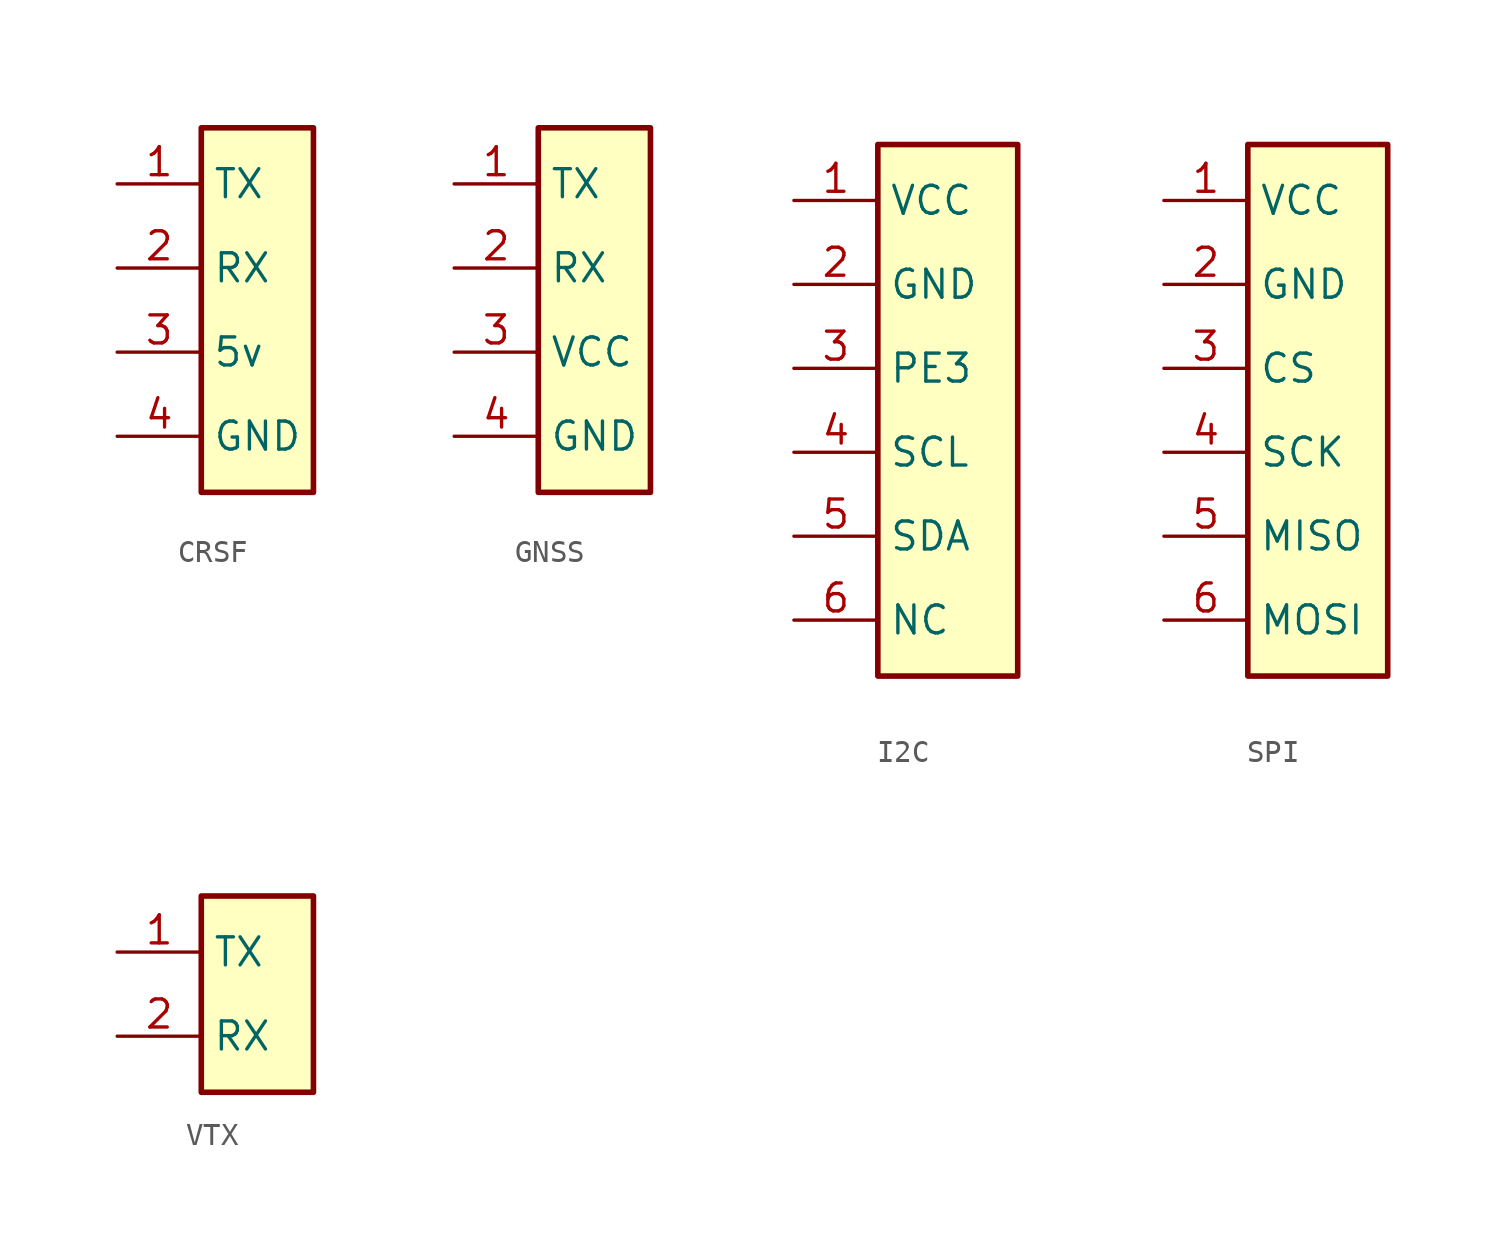
<source format=kicad_sym>
(kicad_symbol_lib
  (version 20241209)
  (generator "kicad_symbol_editor")
  (generator_version "9.0")
  (symbol "CRSF"
    (property "Reference" "U"
      (at 0 0 0)
      (effects (font (size 1.27 1.27)) (hide yes)))
    (property "Value" ""
      (at 0 0 0)
      (effects (font (size 1.27 1.27))))
    (symbol "CRSF_0_1"
      (rectangle (start -2.54 8.89) (end 2.54 -7.62) (stroke (width 0.254) (type default)) (fill (type background))))
    (symbol "CRSF_1_1"
      (pin output line (at -6.35 6.35 0) (length 3.81) (name "TX" (effects (font (size 1.27 1.27)))) (number "1" (effects (font (size 1.27 1.27)))))
      (pin input line (at -6.35 2.54 0) (length 3.81) (name "RX" (effects (font (size 1.27 1.27)))) (number "2" (effects (font (size 1.27 1.27)))))
      (pin input line (at -6.35 -1.27 0) (length 3.81) (name "5v" (effects (font (size 1.27 1.27)))) (number "3" (effects (font (size 1.27 1.27)))))
      (pin input line (at -6.35 -5.08 0) (length 3.81) (name "GND" (effects (font (size 1.27 1.27)))) (number "4" (effects (font (size 1.27 1.27)))))))
  (symbol "GNSS"
    (property "Reference" "U"
      (at 0 0 0)
      (effects (font (size 1.27 1.27)) (hide yes)))
    (property "Value" ""
      (at 0 0 0)
      (effects (font (size 1.27 1.27))))
    (symbol "GNSS_0_1"
      (rectangle (start -2.54 7.62) (end 2.54 -8.89) (stroke (width 0.254) (type default)) (fill (type background))))
    (symbol "GNSS_1_1"
      (pin input line (at -6.35 5.08 0) (length 3.81) (name "TX" (effects (font (size 1.27 1.27)))) (number "1" (effects (font (size 1.27 1.27)))))
      (pin output line (at -6.35 1.27 0) (length 3.81) (name "RX" (effects (font (size 1.27 1.27)))) (number "2" (effects (font (size 1.27 1.27)))))
      (pin input line (at -6.35 -2.54 0) (length 3.81) (name "VCC" (effects (font (size 1.27 1.27)))) (number "3" (effects (font (size 1.27 1.27)))))
      (pin input line (at -6.35 -6.35 0) (length 3.81) (name "GND" (effects (font (size 1.27 1.27)))) (number "4" (effects (font (size 1.27 1.27)))))))
  (symbol "I2C"
    (property "Reference" "U"
      (at 0 0 0)
      (effects (font (size 1.27 1.27)) (hide yes)))
    (property "Value" ""
      (at 0 0 0)
      (effects (font (size 1.27 1.27))))
    (symbol "I2C_0_1"
      (rectangle (start -2.54 11.43) (end 3.81 -12.7) (stroke (width 0.254) (type default)) (fill (type background))))
    (symbol "I2C_1_1"
      (pin input line (at -6.35 8.89 0) (length 3.81) (name "VCC" (effects (font (size 1.27 1.27)))) (number "1" (effects (font (size 1.27 1.27)))))
      (pin input line (at -6.35 5.08 0) (length 3.81) (name "GND" (effects (font (size 1.27 1.27)))) (number "2" (effects (font (size 1.27 1.27)))))
      (pin input line (at -6.35 1.27 0) (length 3.81) (name "PE3" (effects (font (size 1.27 1.27)))) (number "3" (effects (font (size 1.27 1.27)))))
      (pin bidirectional line (at -6.35 -2.54 0) (length 3.81) (name "SCL" (effects (font (size 1.27 1.27)))) (number "4" (effects (font (size 1.27 1.27)))))
      (pin bidirectional line (at -6.35 -6.35 0) (length 3.81) (name "SDA" (effects (font (size 1.27 1.27)))) (number "5" (effects (font (size 1.27 1.27)))))
      (pin input line (at -6.35 -10.16 0) (length 3.81) (name "NC" (effects (font (size 1.27 1.27)))) (number "6" (effects (font (size 1.27 1.27)))))))
  (symbol "SPI"
    (property "Reference" "U"
      (at 0 0 0)
      (effects (font (size 1.27 1.27)) (hide yes)))
    (property "Value" ""
      (at 0 0 0)
      (effects (font (size 1.27 1.27))))
    (symbol "SPI_0_1"
      (rectangle (start -2.54 8.89) (end 3.81 -15.24) (stroke (width 0.254) (type default)) (fill (type background))))
    (symbol "SPI_1_1"
      (pin power_in line (at -6.35 6.35 0) (length 3.81) (name "VCC" (effects (font (size 1.27 1.27)))) (number "1" (effects (font (size 1.27 1.27)))))
      (pin passive line (at -6.35 2.54 0) (length 3.81) (name "GND" (effects (font (size 1.27 1.27)))) (number "2" (effects (font (size 1.27 1.27)))))
      (pin input line (at -6.35 -1.27 0) (length 3.81) (name "CS" (effects (font (size 1.27 1.27)))) (number "3" (effects (font (size 1.27 1.27)))))
      (pin input line (at -6.35 -5.08 0) (length 3.81) (name "SCK" (effects (font (size 1.27 1.27)))) (number "4" (effects (font (size 1.27 1.27)))))
      (pin output line (at -6.35 -8.89 0) (length 3.81) (name "MISO" (effects (font (size 1.27 1.27)))) (number "5" (effects (font (size 1.27 1.27)))))
      (pin input line (at -6.35 -12.7 0) (length 3.81) (name "MOSI" (effects (font (size 1.27 1.27)))) (number "6" (effects (font (size 1.27 1.27)))))))
  (symbol "VTX"
    (property "Reference" "U"
      (at 0 0 0)
      (effects (font (size 1.27 1.27)) (hide yes)))
    (property "Value" ""
      (at 0 0 0)
      (effects (font (size 1.27 1.27))))
    (symbol "VTX_0_1"
      (rectangle (start -2.54 7.62) (end 2.54 -1.27) (stroke (width 0.254) (type default)) (fill (type background))))
    (symbol "VTX_1_1"
      (pin output line (at -6.35 5.08 0) (length 3.81) (name "TX" (effects (font (size 1.27 1.27)))) (number "1" (effects (font (size 1.27 1.27)))))
      (pin input line (at -6.35 1.27 0) (length 3.81) (name "RX" (effects (font (size 1.27 1.27)))) (number "2" (effects (font (size 1.27 1.27))))))))
</source>
